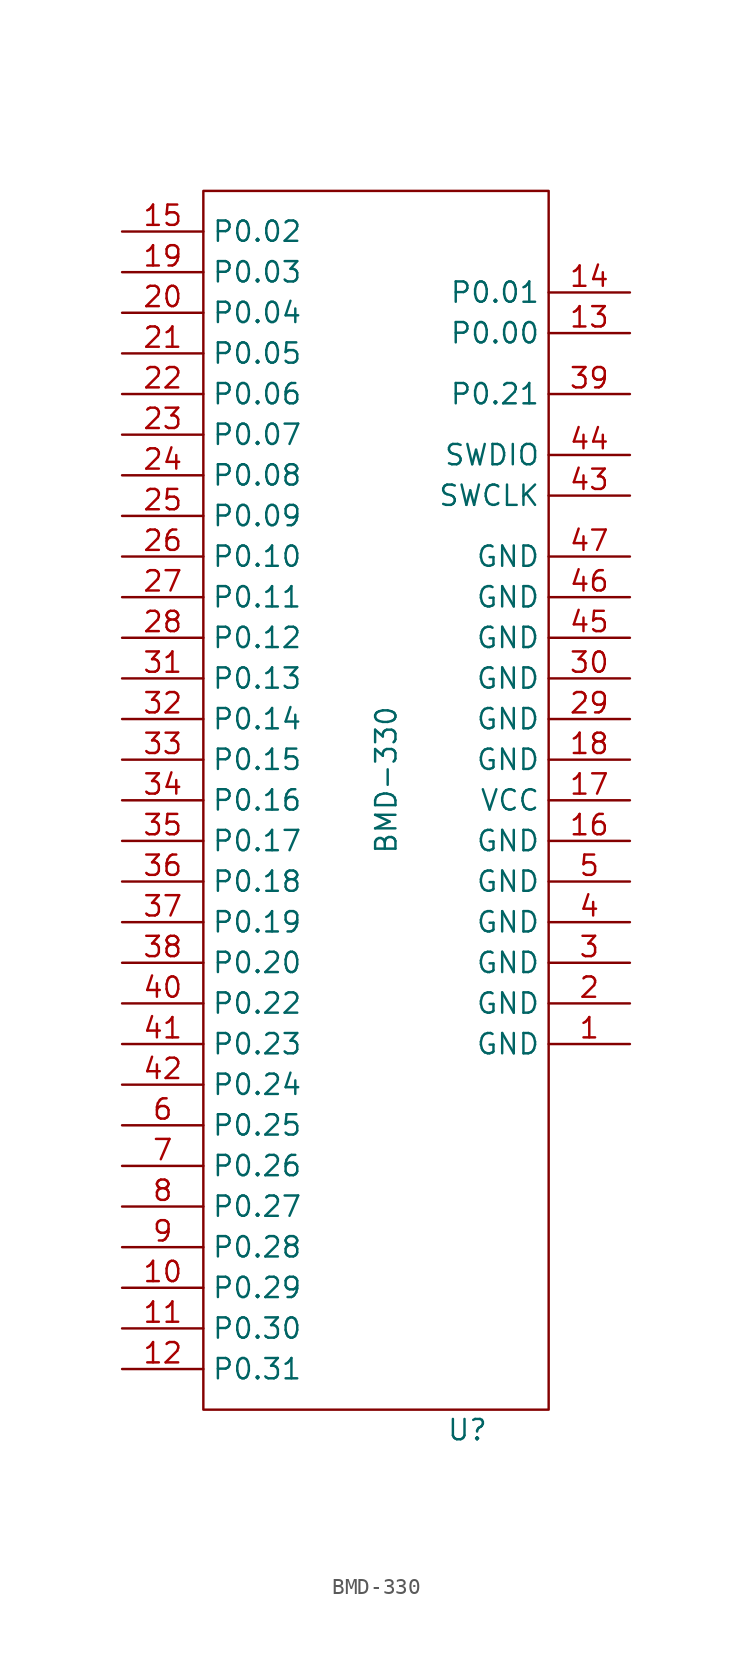
<source format=kicad_sym>
(kicad_symbol_lib
  (version 20211014)
  (generator kicad_symbol_editor)
  (symbol "BMD-330"
    (property "Reference" "U"
      (at 5.08 -40.64 0)
      (effects (font (size 1.27 1.27))))
    (property "Value" "BMD-330"
      (at 0 0 90)
      (effects (font (size 1.27 1.27))))
    (symbol "BMD-330_0_0"
      (pin power_in line (at 15.24 -16.51 180) (length 5.08) (name "GND" (effects (font (size 1.27 1.27)))) (number "1" (effects (font (size 1.27 1.27)))))
      (pin bidirectional line (at -16.51 -31.75 0) (length 5.08) (name "P0.29" (effects (font (size 1.27 1.27)))) (number "10" (effects (font (size 1.27 1.27)))))
      (pin bidirectional line (at -16.51 -34.29 0) (length 5.08) (name "P0.30" (effects (font (size 1.27 1.27)))) (number "11" (effects (font (size 1.27 1.27)))))
      (pin bidirectional line (at -16.51 -36.83 0) (length 5.08) (name "P0.31" (effects (font (size 1.27 1.27)))) (number "12" (effects (font (size 1.27 1.27)))))
      (pin bidirectional line (at 15.24 27.94 180) (length 5.08) (name "P0.00" (effects (font (size 1.27 1.27)))) (number "13" (effects (font (size 1.27 1.27)))))
      (pin bidirectional line (at 15.24 30.48 180) (length 5.08) (name "P0.01" (effects (font (size 1.27 1.27)))) (number "14" (effects (font (size 1.27 1.27)))))
      (pin bidirectional line (at -16.51 34.29 0) (length 5.08) (name "P0.02" (effects (font (size 1.27 1.27)))) (number "15" (effects (font (size 1.27 1.27)))))
      (pin power_in line (at 15.24 -3.81 180) (length 5.08) (name "GND" (effects (font (size 1.27 1.27)))) (number "16" (effects (font (size 1.27 1.27)))))
      (pin power_in line (at 15.24 -1.27 180) (length 5.08) (name "VCC" (effects (font (size 1.27 1.27)))) (number "17" (effects (font (size 1.27 1.27)))))
      (pin power_in line (at 15.24 1.27 180) (length 5.08) (name "GND" (effects (font (size 1.27 1.27)))) (number "18" (effects (font (size 1.27 1.27)))))
      (pin bidirectional line (at -16.51 31.75 0) (length 5.08) (name "P0.03" (effects (font (size 1.27 1.27)))) (number "19" (effects (font (size 1.27 1.27)))))
      (pin power_in line (at 15.24 -13.97 180) (length 5.08) (name "GND" (effects (font (size 1.27 1.27)))) (number "2" (effects (font (size 1.27 1.27)))))
      (pin bidirectional line (at -16.51 29.21 0) (length 5.08) (name "P0.04" (effects (font (size 1.27 1.27)))) (number "20" (effects (font (size 1.27 1.27)))))
      (pin bidirectional line (at -16.51 26.67 0) (length 5.08) (name "P0.05" (effects (font (size 1.27 1.27)))) (number "21" (effects (font (size 1.27 1.27)))))
      (pin bidirectional line (at -16.51 24.13 0) (length 5.08) (name "P0.06" (effects (font (size 1.27 1.27)))) (number "22" (effects (font (size 1.27 1.27)))))
      (pin bidirectional line (at -16.51 21.59 0) (length 5.08) (name "P0.07" (effects (font (size 1.27 1.27)))) (number "23" (effects (font (size 1.27 1.27)))))
      (pin bidirectional line (at -16.51 19.05 0) (length 5.08) (name "P0.08" (effects (font (size 1.27 1.27)))) (number "24" (effects (font (size 1.27 1.27)))))
      (pin bidirectional line (at -16.51 16.51 0) (length 5.08) (name "P0.09" (effects (font (size 1.27 1.27)))) (number "25" (effects (font (size 1.27 1.27)))))
      (pin bidirectional line (at -16.51 13.97 0) (length 5.08) (name "P0.10" (effects (font (size 1.27 1.27)))) (number "26" (effects (font (size 1.27 1.27)))))
      (pin bidirectional line (at -16.51 11.43 0) (length 5.08) (name "P0.11" (effects (font (size 1.27 1.27)))) (number "27" (effects (font (size 1.27 1.27)))))
      (pin bidirectional line (at -16.51 8.89 0) (length 5.08) (name "P0.12" (effects (font (size 1.27 1.27)))) (number "28" (effects (font (size 1.27 1.27)))))
      (pin power_in line (at 15.24 3.81 180) (length 5.08) (name "GND" (effects (font (size 1.27 1.27)))) (number "29" (effects (font (size 1.27 1.27)))))
      (pin power_in line (at 15.24 -11.43 180) (length 5.08) (name "GND" (effects (font (size 1.27 1.27)))) (number "3" (effects (font (size 1.27 1.27)))))
      (pin power_in line (at 15.24 6.35 180) (length 5.08) (name "GND" (effects (font (size 1.27 1.27)))) (number "30" (effects (font (size 1.27 1.27)))))
      (pin bidirectional line (at -16.51 6.35 0) (length 5.08) (name "P0.13" (effects (font (size 1.27 1.27)))) (number "31" (effects (font (size 1.27 1.27)))))
      (pin bidirectional line (at -16.51 3.81 0) (length 5.08) (name "P0.14" (effects (font (size 1.27 1.27)))) (number "32" (effects (font (size 1.27 1.27)))))
      (pin bidirectional line (at -16.51 1.27 0) (length 5.08) (name "P0.15" (effects (font (size 1.27 1.27)))) (number "33" (effects (font (size 1.27 1.27)))))
      (pin bidirectional line (at -16.51 -1.27 0) (length 5.08) (name "P0.16" (effects (font (size 1.27 1.27)))) (number "34" (effects (font (size 1.27 1.27)))))
      (pin bidirectional line (at -16.51 -3.81 0) (length 5.08) (name "P0.17" (effects (font (size 1.27 1.27)))) (number "35" (effects (font (size 1.27 1.27)))))
      (pin bidirectional line (at -16.51 -6.35 0) (length 5.08) (name "P0.18" (effects (font (size 1.27 1.27)))) (number "36" (effects (font (size 1.27 1.27)))))
      (pin bidirectional line (at -16.51 -8.89 0) (length 5.08) (name "P0.19" (effects (font (size 1.27 1.27)))) (number "37" (effects (font (size 1.27 1.27)))))
      (pin bidirectional line (at -16.51 -11.43 0) (length 5.08) (name "P0.20" (effects (font (size 1.27 1.27)))) (number "38" (effects (font (size 1.27 1.27)))))
      (pin bidirectional line (at 15.24 24.13 180) (length 5.08) (name "P0.21" (effects (font (size 1.27 1.27)))) (number "39" (effects (font (size 1.27 1.27)))))
      (pin power_in line (at 15.24 -8.89 180) (length 5.08) (name "GND" (effects (font (size 1.27 1.27)))) (number "4" (effects (font (size 1.27 1.27)))))
      (pin bidirectional line (at -16.51 -13.97 0) (length 5.08) (name "P0.22" (effects (font (size 1.27 1.27)))) (number "40" (effects (font (size 1.27 1.27)))))
      (pin bidirectional line (at -16.51 -16.51 0) (length 5.08) (name "P0.23" (effects (font (size 1.27 1.27)))) (number "41" (effects (font (size 1.27 1.27)))))
      (pin bidirectional line (at -16.51 -19.05 0) (length 5.08) (name "P0.24" (effects (font (size 1.27 1.27)))) (number "42" (effects (font (size 1.27 1.27)))))
      (pin input line (at 15.24 17.78 180) (length 5.08) (name "SWCLK" (effects (font (size 1.27 1.27)))) (number "43" (effects (font (size 1.27 1.27)))))
      (pin bidirectional line (at 15.24 20.32 180) (length 5.08) (name "SWDIO" (effects (font (size 1.27 1.27)))) (number "44" (effects (font (size 1.27 1.27)))))
      (pin power_in line (at 15.24 8.89 180) (length 5.08) (name "GND" (effects (font (size 1.27 1.27)))) (number "45" (effects (font (size 1.27 1.27)))))
      (pin power_in line (at 15.24 11.43 180) (length 5.08) (name "GND" (effects (font (size 1.27 1.27)))) (number "46" (effects (font (size 1.27 1.27)))))
      (pin power_in line (at 15.24 13.97 180) (length 5.08) (name "GND" (effects (font (size 1.27 1.27)))) (number "47" (effects (font (size 1.27 1.27)))))
      (pin power_in line (at 15.24 -6.35 180) (length 5.08) (name "GND" (effects (font (size 1.27 1.27)))) (number "5" (effects (font (size 1.27 1.27)))))
      (pin bidirectional line (at -16.51 -21.59 0) (length 5.08) (name "P0.25" (effects (font (size 1.27 1.27)))) (number "6" (effects (font (size 1.27 1.27)))))
      (pin bidirectional line (at -16.51 -24.13 0) (length 5.08) (name "P0.26" (effects (font (size 1.27 1.27)))) (number "7" (effects (font (size 1.27 1.27)))))
      (pin bidirectional line (at -16.51 -26.67 0) (length 5.08) (name "P0.27" (effects (font (size 1.27 1.27)))) (number "8" (effects (font (size 1.27 1.27)))))
      (pin bidirectional line (at -16.51 -29.21 0) (length 5.08) (name "P0.28" (effects (font (size 1.27 1.27)))) (number "9" (effects (font (size 1.27 1.27))))))
    (symbol "BMD-330_0_1"
      (rectangle (start -11.43 36.83) (end 10.16 -39.37) (stroke (width 0.152) (type default) (color 0 0 0 0)) (fill (type none))))))
</source>
